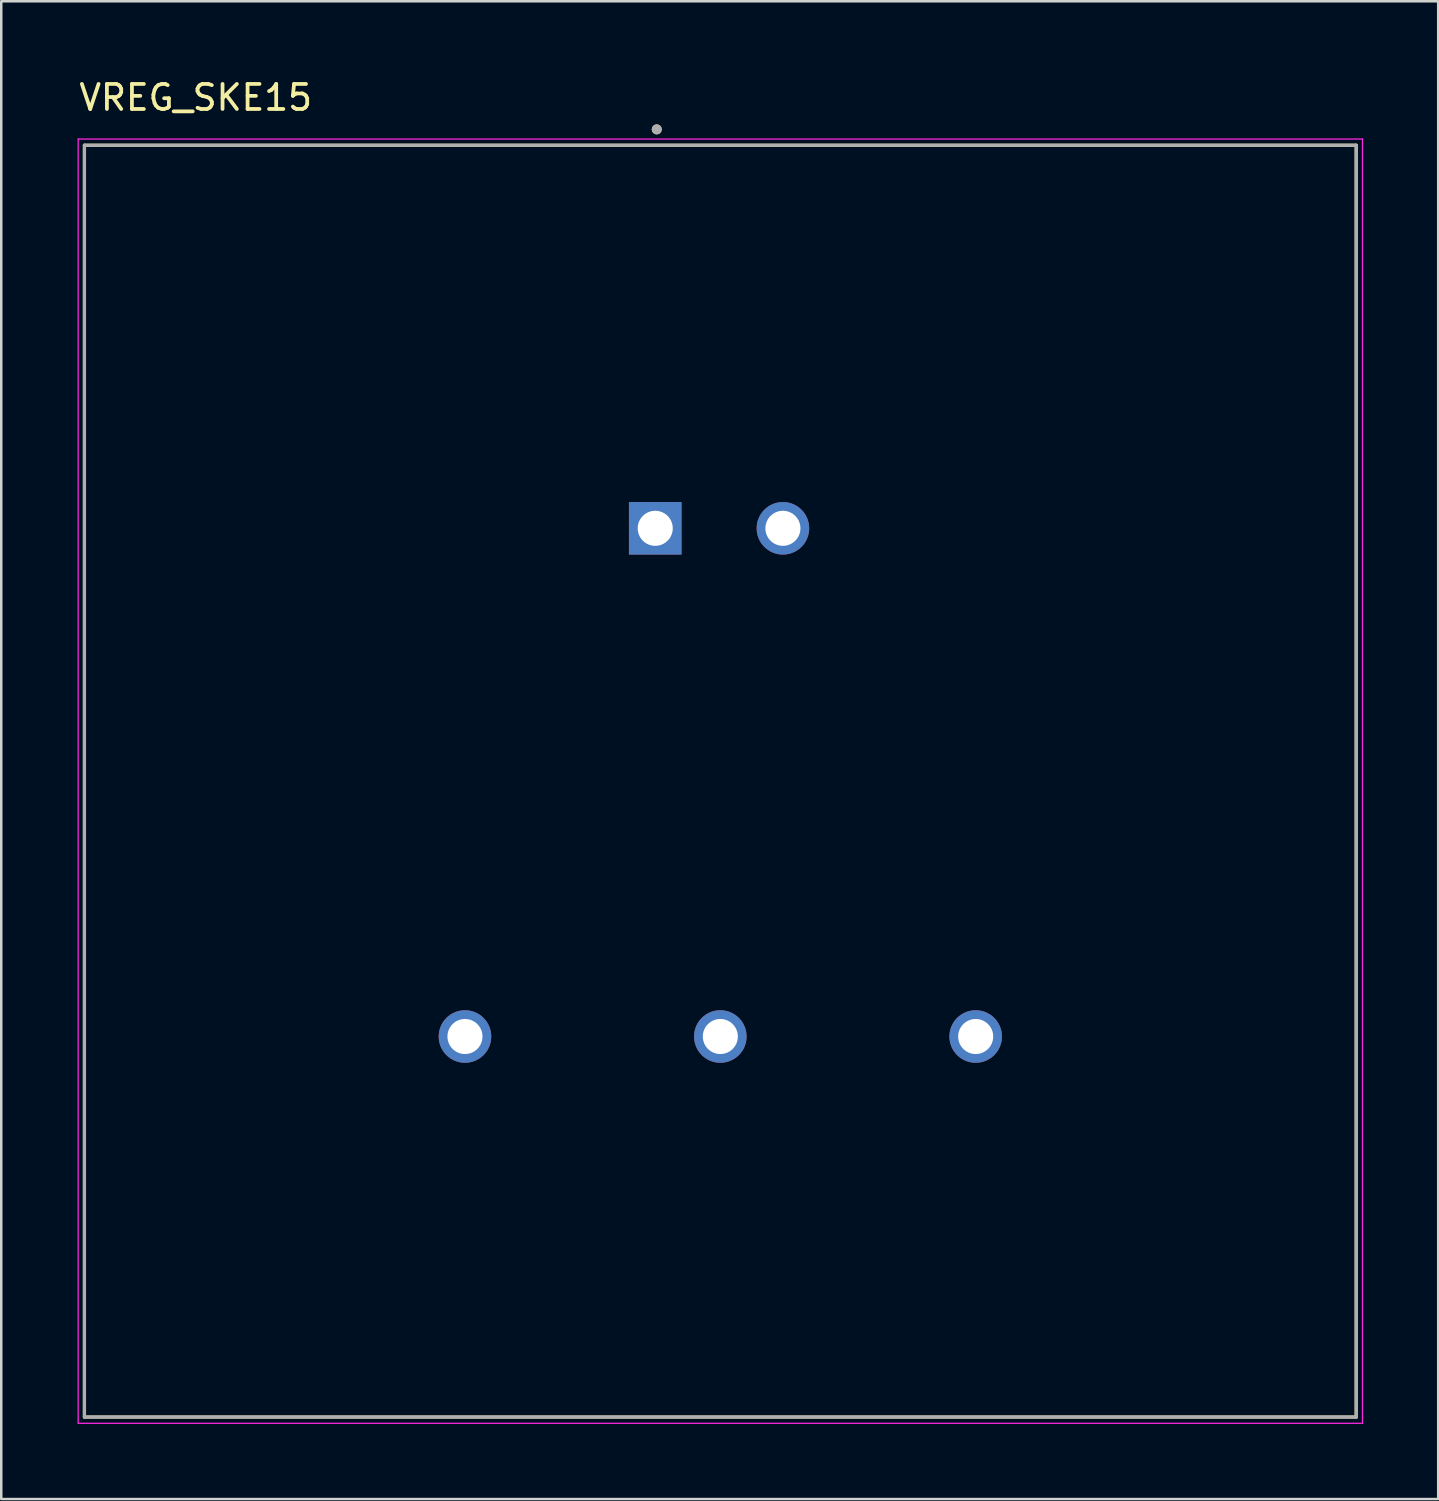
<source format=kicad_pcb>
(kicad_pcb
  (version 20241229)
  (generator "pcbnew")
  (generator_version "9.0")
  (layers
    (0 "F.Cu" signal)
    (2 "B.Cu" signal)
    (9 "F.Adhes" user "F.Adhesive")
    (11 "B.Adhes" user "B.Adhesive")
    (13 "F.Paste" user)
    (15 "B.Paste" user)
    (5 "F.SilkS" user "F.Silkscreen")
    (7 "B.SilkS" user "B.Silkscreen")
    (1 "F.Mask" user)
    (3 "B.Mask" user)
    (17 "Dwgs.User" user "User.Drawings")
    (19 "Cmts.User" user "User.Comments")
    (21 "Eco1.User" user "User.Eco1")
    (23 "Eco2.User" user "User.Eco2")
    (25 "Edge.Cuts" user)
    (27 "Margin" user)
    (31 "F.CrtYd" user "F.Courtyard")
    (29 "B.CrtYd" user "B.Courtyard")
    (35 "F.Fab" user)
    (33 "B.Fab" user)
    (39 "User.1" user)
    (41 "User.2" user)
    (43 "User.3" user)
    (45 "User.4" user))
  (footprint "VREG_SKE15"
    (layer "F.Cu")
    (at 25.723 28.153)
    (property "Reference" "VREG_SKE15" (at -20.955 -27.305 0) (layer "F.SilkS") (effects (font (size 1 1) (thickness 0.15))))
    (attr through_hole)
    (fp_line (start -25.4 -25.4) (end 25.4 -25.4) (stroke (width 0.127) (type solid)) (layer "F.SilkS"))
    (fp_line (start -25.4 25.4) (end -25.4 -25.4) (stroke (width 0.127) (type solid)) (layer "F.SilkS"))
    (fp_line (start 25.4 -25.4) (end 25.4 25.4) (stroke (width 0.127) (type solid)) (layer "F.SilkS"))
    (fp_line (start 25.4 25.4) (end -25.4 25.4) (stroke (width 0.127) (type solid)) (layer "F.SilkS"))
    (fp_circle (center -2.54 -26.035) (end -2.44 -26.035) (stroke (width 0.2) (type solid)) (fill no) (layer "F.SilkS"))
    (fp_line (start -25.65 -25.65) (end 25.65 -25.65) (stroke (width 0.05) (type solid)) (layer "F.CrtYd"))
    (fp_line (start -25.65 25.65) (end -25.65 -25.65) (stroke (width 0.05) (type solid)) (layer "F.CrtYd"))
    (fp_line (start 25.65 -25.65) (end 25.65 25.65) (stroke (width 0.05) (type solid)) (layer "F.CrtYd"))
    (fp_line (start 25.65 25.65) (end -25.65 25.65) (stroke (width 0.05) (type solid)) (layer "F.CrtYd"))
    (fp_line (start -25.4 -25.4) (end 25.4 -25.4) (stroke (width 0.127) (type solid)) (layer "F.Fab"))
    (fp_line (start -25.4 25.4) (end -25.4 -25.4) (stroke (width 0.127) (type solid)) (layer "F.Fab"))
    (fp_line (start 25.4 -25.4) (end 25.4 25.4) (stroke (width 0.127) (type solid)) (layer "F.Fab"))
    (fp_line (start 25.4 25.4) (end -25.4 25.4) (stroke (width 0.127) (type solid)) (layer "F.Fab"))
    (fp_circle (center -2.54 -26.035) (end -2.44 -26.035) (stroke (width 0.2) (type solid)) (fill no) (layer "F.Fab"))
    (pad "1" thru_hole rect (at -2.6 -10.1) (size 2.1 2.1) (drill 1.4) (layers "*.Cu" "*.Mask"))
    (pad "2" thru_hole circle (at 2.5 -10.1) (size 2.1 2.1) (drill 1.4) (layers "*.Cu" "*.Mask"))
    (pad "3" thru_hole circle (at -10.2 10.2) (size 2.1 2.1) (drill 1.4) (layers "*.Cu" "*.Mask"))
    (pad "4" thru_hole circle (at 0 10.2) (size 2.1 2.1) (drill 1.4) (layers "*.Cu" "*.Mask"))
    (pad "5" thru_hole circle (at 10.2 10.2) (size 2.1 2.1) (drill 1.4) (layers "*.Cu" "*.Mask")))
  (gr_rect
    (start -3 -3)
    (end 54.398 56.828)
    (stroke (width 0.1) (type default))
    (fill no)
    (layer "Edge.Cuts")))
</source>
